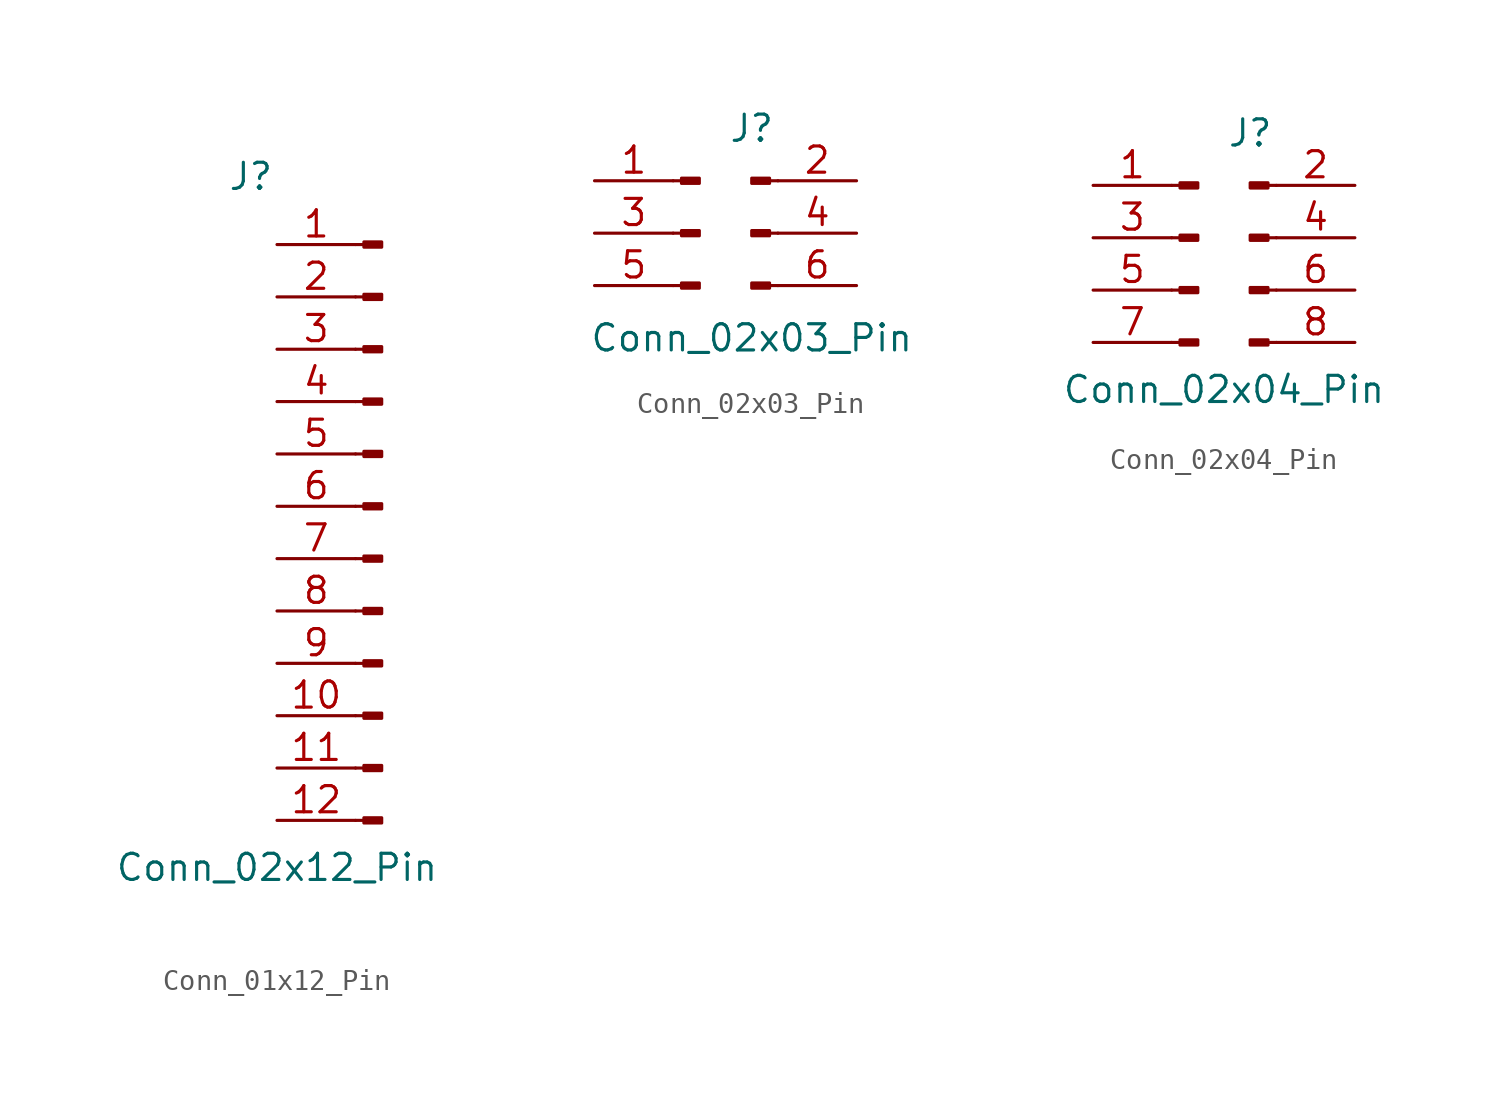
<source format=kicad_sym>
(kicad_symbol_lib
  (version 20241209)
  (generator "kicad_symbol_editor")
  (generator_version "9.0")
  (symbol "Conn_01x12_Pin"
    (pin_names
      (offset 1.016)
      (hide yes))
    (property "Reference" "J"
      (at -1.27 17.272 0)
      (effects (font (size 1.27 1.27))))
    (property "Value" "Conn_02x12_Pin"
      (at 0 -16.256 0)
      (effects (font (size 1.27 1.27))))
    (symbol "Conn_01x12_Pin_1_1"
      (polyline (pts (xy 3.81 13.97) (xy 4.216 13.97)) (stroke (width 0.152) (type default)) (fill (type none)))
      (polyline (pts (xy 3.81 11.43) (xy 4.216 11.43)) (stroke (width 0.152) (type default)) (fill (type none)))
      (polyline (pts (xy 3.81 8.89) (xy 4.216 8.89)) (stroke (width 0.152) (type default)) (fill (type none)))
      (polyline (pts (xy 3.81 6.35) (xy 4.216 6.35)) (stroke (width 0.152) (type default)) (fill (type none)))
      (polyline (pts (xy 3.81 3.81) (xy 4.216 3.81)) (stroke (width 0.152) (type default)) (fill (type none)))
      (polyline (pts (xy 3.81 1.27) (xy 4.216 1.27)) (stroke (width 0.152) (type default)) (fill (type none)))
      (polyline (pts (xy 3.81 -1.27) (xy 4.216 -1.27)) (stroke (width 0.152) (type default)) (fill (type none)))
      (polyline (pts (xy 3.81 -3.81) (xy 4.216 -3.81)) (stroke (width 0.152) (type default)) (fill (type none)))
      (polyline (pts (xy 3.81 -6.35) (xy 4.216 -6.35)) (stroke (width 0.152) (type default)) (fill (type none)))
      (polyline (pts (xy 3.81 -8.89) (xy 4.216 -8.89)) (stroke (width 0.152) (type default)) (fill (type none)))
      (polyline (pts (xy 3.81 -11.43) (xy 4.216 -11.43)) (stroke (width 0.152) (type default)) (fill (type none)))
      (polyline (pts (xy 3.81 -13.97) (xy 4.216 -13.97)) (stroke (width 0.152) (type default)) (fill (type none)))
      (rectangle (start 4.216 14.097) (end 5.08 13.843) (stroke (width 0.152) (type default)) (fill (type outline)))
      (rectangle (start 4.216 11.557) (end 5.08 11.303) (stroke (width 0.152) (type default)) (fill (type outline)))
      (rectangle (start 4.216 9.017) (end 5.08 8.763) (stroke (width 0.152) (type default)) (fill (type outline)))
      (rectangle (start 4.216 6.477) (end 5.08 6.223) (stroke (width 0.152) (type default)) (fill (type outline)))
      (rectangle (start 4.216 3.937) (end 5.08 3.683) (stroke (width 0.152) (type default)) (fill (type outline)))
      (rectangle (start 4.216 1.397) (end 5.08 1.143) (stroke (width 0.152) (type default)) (fill (type outline)))
      (rectangle (start 4.216 -1.143) (end 5.08 -1.397) (stroke (width 0.152) (type default)) (fill (type outline)))
      (rectangle (start 4.216 -3.683) (end 5.08 -3.937) (stroke (width 0.152) (type default)) (fill (type outline)))
      (rectangle (start 4.216 -6.223) (end 5.08 -6.477) (stroke (width 0.152) (type default)) (fill (type outline)))
      (rectangle (start 4.216 -8.763) (end 5.08 -9.017) (stroke (width 0.152) (type default)) (fill (type outline)))
      (rectangle (start 4.216 -11.303) (end 5.08 -11.557) (stroke (width 0.152) (type default)) (fill (type outline)))
      (rectangle (start 4.216 -13.843) (end 5.08 -14.097) (stroke (width 0.152) (type default)) (fill (type outline)))
      (pin passive line (at 0 13.97 0) (length 3.81) (name "" (effects (font (size 1.27 1.27)))) (number "1" (effects (font (size 1.27 1.27)))))
      (pin passive line (at 0 11.43 0) (length 3.81) (name "" (effects (font (size 1.27 1.27)))) (number "2" (effects (font (size 1.27 1.27)))))
      (pin passive line (at 0 8.89 0) (length 3.81) (name "" (effects (font (size 1.27 1.27)))) (number "3" (effects (font (size 1.27 1.27)))))
      (pin passive line (at 0 6.35 0) (length 3.81) (name "" (effects (font (size 1.27 1.27)))) (number "4" (effects (font (size 1.27 1.27)))))
      (pin passive line (at 0 3.81 0) (length 3.81) (name "" (effects (font (size 1.27 1.27)))) (number "5" (effects (font (size 1.27 1.27)))))
      (pin passive line (at 0 1.27 0) (length 3.81) (name "" (effects (font (size 1.27 1.27)))) (number "6" (effects (font (size 1.27 1.27)))))
      (pin passive line (at 0 -1.27 0) (length 3.81) (name "" (effects (font (size 1.27 1.27)))) (number "7" (effects (font (size 1.27 1.27)))))
      (pin passive line (at 0 -3.81 0) (length 3.81) (name "" (effects (font (size 1.27 1.27)))) (number "8" (effects (font (size 1.27 1.27)))))
      (pin passive line (at 0 -6.35 0) (length 3.81) (name "" (effects (font (size 1.27 1.27)))) (number "9" (effects (font (size 1.27 1.27)))))
      (pin passive line (at 0 -8.89 0) (length 3.81) (name "" (effects (font (size 1.27 1.27)))) (number "10" (effects (font (size 1.27 1.27)))))
      (pin passive line (at 0 -11.43 0) (length 3.81) (name "" (effects (font (size 1.27 1.27)))) (number "11" (effects (font (size 1.27 1.27)))))
      (pin passive line (at 0 -13.97 0) (length 3.81) (name "" (effects (font (size 1.27 1.27)))) (number "12" (effects (font (size 1.27 1.27)))))))
  (symbol "Conn_02x03_Pin"
    (pin_names
      (offset 1.016)
      (hide yes))
    (property "Reference" "J"
      (at 0 5.08 0)
      (effects (font (size 1.27 1.27))))
    (property "Value" "Conn_02x03_Pin"
      (at 0 -5.08 0)
      (effects (font (size 1.27 1.27))))
    (symbol "Conn_02x03_Pin_1_1"
      (polyline (pts (xy -3.81 2.54) (xy -3.404 2.54)) (stroke (width 0.152) (type default)) (fill (type none)))
      (polyline (pts (xy -3.81 0) (xy -3.404 0)) (stroke (width 0.152) (type default)) (fill (type none)))
      (polyline (pts (xy -3.81 -2.54) (xy -3.404 -2.54)) (stroke (width 0.152) (type default)) (fill (type none)))
      (rectangle (start -3.404 2.667) (end -2.54 2.413) (stroke (width 0.152) (type default)) (fill (type outline)))
      (rectangle (start -3.404 0.127) (end -2.54 -0.127) (stroke (width 0.152) (type default)) (fill (type outline)))
      (rectangle (start -3.404 -2.413) (end -2.54 -2.667) (stroke (width 0.152) (type default)) (fill (type outline)))
      (rectangle (start 0.864 2.667) (end 0 2.413) (stroke (width 0.152) (type default)) (fill (type outline)))
      (rectangle (start 0.864 0.127) (end 0 -0.127) (stroke (width 0.152) (type default)) (fill (type outline)))
      (rectangle (start 0.864 -2.413) (end 0 -2.667) (stroke (width 0.152) (type default)) (fill (type outline)))
      (polyline (pts (xy 1.27 2.54) (xy 0.864 2.54)) (stroke (width 0.152) (type default)) (fill (type none)))
      (polyline (pts (xy 1.27 0) (xy 0.864 0)) (stroke (width 0.152) (type default)) (fill (type none)))
      (polyline (pts (xy 1.27 -2.54) (xy 0.864 -2.54)) (stroke (width 0.152) (type default)) (fill (type none)))
      (pin passive line (at -7.62 2.54 0) (length 3.81) (name "" (effects (font (size 1.27 1.27)))) (number "1" (effects (font (size 1.27 1.27)))))
      (pin passive line (at -7.62 0 0) (length 3.81) (name "" (effects (font (size 1.27 1.27)))) (number "3" (effects (font (size 1.27 1.27)))))
      (pin passive line (at -7.62 -2.54 0) (length 3.81) (name "" (effects (font (size 1.27 1.27)))) (number "5" (effects (font (size 1.27 1.27)))))
      (pin passive line (at 5.08 2.54 180) (length 3.81) (name "" (effects (font (size 1.27 1.27)))) (number "2" (effects (font (size 1.27 1.27)))))
      (pin passive line (at 5.08 0 180) (length 3.81) (name "" (effects (font (size 1.27 1.27)))) (number "4" (effects (font (size 1.27 1.27)))))
      (pin passive line (at 5.08 -2.54 180) (length 3.81) (name "" (effects (font (size 1.27 1.27)))) (number "6" (effects (font (size 1.27 1.27)))))))
  (symbol "Conn_02x04_Pin"
    (pin_names
      (offset 1.016)
      (hide yes))
    (property "Reference" "J"
      (at 0 5.08 0)
      (effects (font (size 1.27 1.27))))
    (property "Value" "Conn_02x04_Pin"
      (at -1.27 -7.366 0)
      (effects (font (size 1.27 1.27))))
    (symbol "Conn_02x04_Pin_1_1"
      (polyline (pts (xy -3.81 2.54) (xy -3.404 2.54)) (stroke (width 0.152) (type default)) (fill (type none)))
      (polyline (pts (xy -3.81 0) (xy -3.404 0)) (stroke (width 0.152) (type default)) (fill (type none)))
      (polyline (pts (xy -3.81 -2.54) (xy -3.404 -2.54)) (stroke (width 0.152) (type default)) (fill (type none)))
      (polyline (pts (xy -3.81 -5.08) (xy -3.404 -5.08)) (stroke (width 0.152) (type default)) (fill (type none)))
      (rectangle (start -3.404 2.667) (end -2.54 2.413) (stroke (width 0.152) (type default)) (fill (type outline)))
      (rectangle (start -3.404 0.127) (end -2.54 -0.127) (stroke (width 0.152) (type default)) (fill (type outline)))
      (rectangle (start -3.404 -2.413) (end -2.54 -2.667) (stroke (width 0.152) (type default)) (fill (type outline)))
      (rectangle (start -3.404 -4.953) (end -2.54 -5.207) (stroke (width 0.152) (type default)) (fill (type outline)))
      (rectangle (start 0.864 2.667) (end 0 2.413) (stroke (width 0.152) (type default)) (fill (type outline)))
      (rectangle (start 0.864 0.127) (end 0 -0.127) (stroke (width 0.152) (type default)) (fill (type outline)))
      (rectangle (start 0.864 -2.413) (end 0 -2.667) (stroke (width 0.152) (type default)) (fill (type outline)))
      (rectangle (start 0.864 -4.953) (end 0 -5.207) (stroke (width 0.152) (type default)) (fill (type outline)))
      (polyline (pts (xy 1.27 2.54) (xy 0.864 2.54)) (stroke (width 0.152) (type default)) (fill (type none)))
      (polyline (pts (xy 1.27 0) (xy 0.864 0)) (stroke (width 0.152) (type default)) (fill (type none)))
      (polyline (pts (xy 1.27 -2.54) (xy 0.864 -2.54)) (stroke (width 0.152) (type default)) (fill (type none)))
      (polyline (pts (xy 1.27 -5.08) (xy 0.864 -5.08)) (stroke (width 0.152) (type default)) (fill (type none)))
      (pin passive line (at -7.62 2.54 0) (length 3.81) (name "" (effects (font (size 1.27 1.27)))) (number "1" (effects (font (size 1.27 1.27)))))
      (pin passive line (at -7.62 0 0) (length 3.81) (name "" (effects (font (size 1.27 1.27)))) (number "3" (effects (font (size 1.27 1.27)))))
      (pin passive line (at -7.62 -2.54 0) (length 3.81) (name "" (effects (font (size 1.27 1.27)))) (number "5" (effects (font (size 1.27 1.27)))))
      (pin passive line (at -7.62 -5.08 0) (length 3.81) (name "" (effects (font (size 1.27 1.27)))) (number "7" (effects (font (size 1.27 1.27)))))
      (pin passive line (at 5.08 2.54 180) (length 3.81) (name "" (effects (font (size 1.27 1.27)))) (number "2" (effects (font (size 1.27 1.27)))))
      (pin passive line (at 5.08 0 180) (length 3.81) (name "" (effects (font (size 1.27 1.27)))) (number "4" (effects (font (size 1.27 1.27)))))
      (pin passive line (at 5.08 -2.54 180) (length 3.81) (name "" (effects (font (size 1.27 1.27)))) (number "6" (effects (font (size 1.27 1.27)))))
      (pin passive line (at 5.08 -5.08 180) (length 3.81) (name "" (effects (font (size 1.27 1.27)))) (number "8" (effects (font (size 1.27 1.27))))))))
</source>
